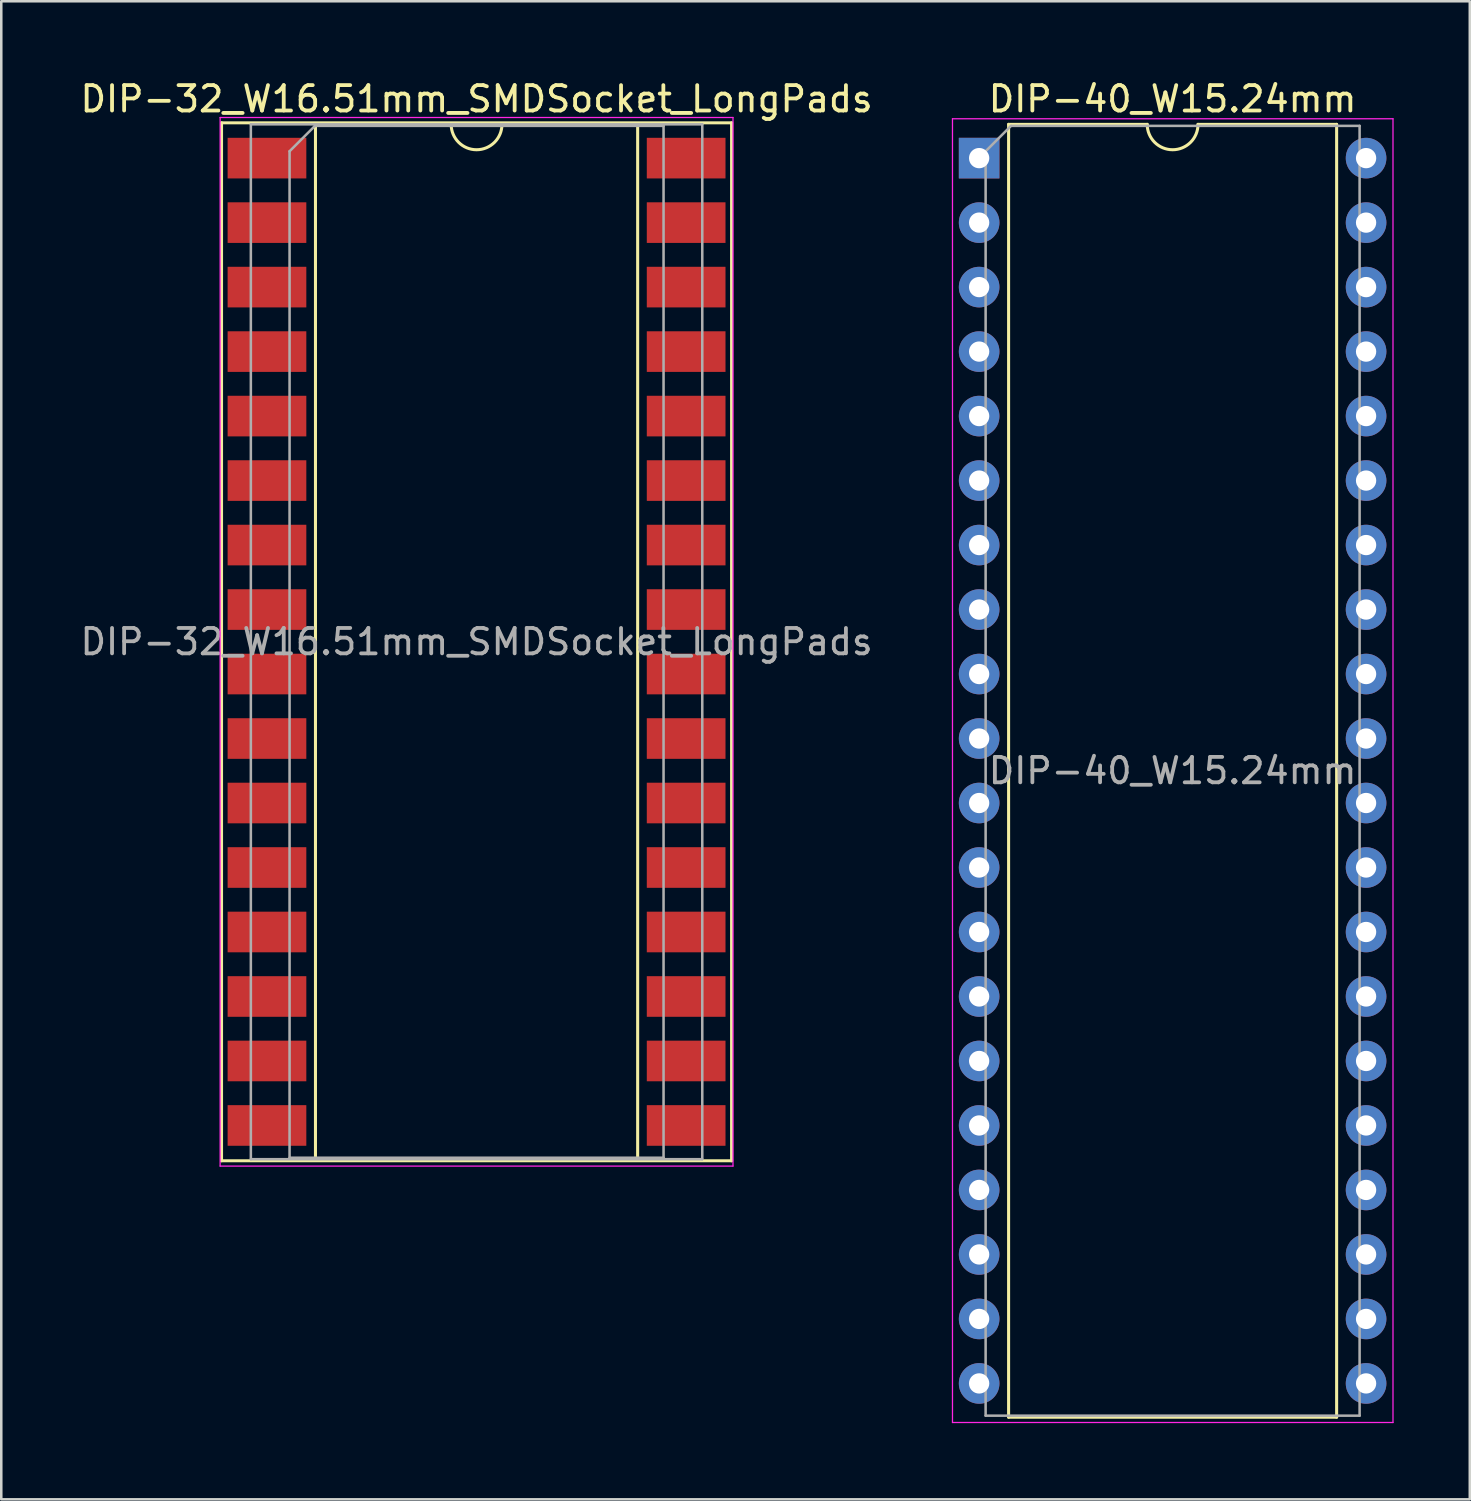
<source format=kicad_pcb>
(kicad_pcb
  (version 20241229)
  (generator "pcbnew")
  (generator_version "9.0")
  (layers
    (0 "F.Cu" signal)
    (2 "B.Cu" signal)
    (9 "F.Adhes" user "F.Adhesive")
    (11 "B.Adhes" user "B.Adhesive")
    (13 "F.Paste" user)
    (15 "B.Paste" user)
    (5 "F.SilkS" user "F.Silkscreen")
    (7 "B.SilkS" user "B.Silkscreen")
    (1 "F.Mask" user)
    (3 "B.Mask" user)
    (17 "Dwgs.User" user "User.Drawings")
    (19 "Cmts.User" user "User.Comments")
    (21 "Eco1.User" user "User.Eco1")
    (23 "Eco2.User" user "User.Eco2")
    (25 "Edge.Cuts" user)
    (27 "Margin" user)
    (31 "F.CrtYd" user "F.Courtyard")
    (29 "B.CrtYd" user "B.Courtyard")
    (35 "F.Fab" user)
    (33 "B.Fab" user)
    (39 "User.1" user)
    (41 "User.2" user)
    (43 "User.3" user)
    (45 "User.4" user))
  (footprint "DIP-32_W16.51mm_SMDSocket_LongPads"
    (layer "F.Cu")
    (at 15.72 22.228)
    (property "Reference" "DIP-32_W16.51mm_SMDSocket_LongPads" (at 0 -21.38 0) (layer "F.SilkS") (effects (font (size 1 1) (thickness 0.15))))
    (attr smd)
    (fp_line (start -10.045 -20.44) (end -10.045 20.44) (stroke (width 0.12) (type solid)) (layer "F.SilkS"))
    (fp_line (start -10.045 20.44) (end 10.045 20.44) (stroke (width 0.12) (type solid)) (layer "F.SilkS"))
    (fp_line (start -6.345 -20.38) (end -6.345 20.38) (stroke (width 0.12) (type solid)) (layer "F.SilkS"))
    (fp_line (start -6.345 20.38) (end 6.345 20.38) (stroke (width 0.12) (type solid)) (layer "F.SilkS"))
    (fp_line (start -1 -20.38) (end -6.345 -20.38) (stroke (width 0.12) (type solid)) (layer "F.SilkS"))
    (fp_line (start 6.345 -20.38) (end 1 -20.38) (stroke (width 0.12) (type solid)) (layer "F.SilkS"))
    (fp_line (start 6.345 20.38) (end 6.345 -20.38) (stroke (width 0.12) (type solid)) (layer "F.SilkS"))
    (fp_line (start 10.045 -20.44) (end -10.045 -20.44) (stroke (width 0.12) (type solid)) (layer "F.SilkS"))
    (fp_line (start 10.045 20.44) (end 10.045 -20.44) (stroke (width 0.12) (type solid)) (layer "F.SilkS"))
    (fp_arc (start 1 -20.38) (mid 0 -19.38) (end -1 -20.38) (stroke (width 0.12) (type solid)) (layer "F.SilkS"))
    (fp_line (start -10.1 -20.65) (end -10.1 20.65) (stroke (width 0.05) (type solid)) (layer "F.CrtYd"))
    (fp_line (start -10.1 20.65) (end 10.1 20.65) (stroke (width 0.05) (type solid)) (layer "F.CrtYd"))
    (fp_line (start 10.1 -20.65) (end -10.1 -20.65) (stroke (width 0.05) (type solid)) (layer "F.CrtYd"))
    (fp_line (start 10.1 20.65) (end 10.1 -20.65) (stroke (width 0.05) (type solid)) (layer "F.CrtYd"))
    (fp_line (start -8.89 -20.38) (end -8.89 20.38) (stroke (width 0.1) (type solid)) (layer "F.Fab"))
    (fp_line (start -8.89 20.38) (end 8.89 20.38) (stroke (width 0.1) (type solid)) (layer "F.Fab"))
    (fp_line (start -7.365 -19.32) (end -6.365 -20.32) (stroke (width 0.1) (type solid)) (layer "F.Fab"))
    (fp_line (start -7.365 20.32) (end -7.365 -19.32) (stroke (width 0.1) (type solid)) (layer "F.Fab"))
    (fp_line (start -6.365 -20.32) (end 7.365 -20.32) (stroke (width 0.1) (type solid)) (layer "F.Fab"))
    (fp_line (start 7.365 -20.32) (end 7.365 20.32) (stroke (width 0.1) (type solid)) (layer "F.Fab"))
    (fp_line (start 7.365 20.32) (end -7.365 20.32) (stroke (width 0.1) (type solid)) (layer "F.Fab"))
    (fp_line (start 8.89 -20.38) (end -8.89 -20.38) (stroke (width 0.1) (type solid)) (layer "F.Fab"))
    (fp_line (start 8.89 20.38) (end 8.89 -20.38) (stroke (width 0.1) (type solid)) (layer "F.Fab"))
    (fp_text user "${REFERENCE}" (at 0 0 0) (layer "F.Fab") (effects (font (size 1 1) (thickness 0.15))))
    (pad "1" smd rect (at -8.255 -19.05) (size 3.1 1.6) (layers "F.Cu" "F.Mask" "F.Paste"))
    (pad "2" smd rect (at -8.255 -16.51) (size 3.1 1.6) (layers "F.Cu" "F.Mask" "F.Paste"))
    (pad "3" smd rect (at -8.255 -13.97) (size 3.1 1.6) (layers "F.Cu" "F.Mask" "F.Paste"))
    (pad "4" smd rect (at -8.255 -11.43) (size 3.1 1.6) (layers "F.Cu" "F.Mask" "F.Paste"))
    (pad "5" smd rect (at -8.255 -8.89) (size 3.1 1.6) (layers "F.Cu" "F.Mask" "F.Paste"))
    (pad "6" smd rect (at -8.255 -6.35) (size 3.1 1.6) (layers "F.Cu" "F.Mask" "F.Paste"))
    (pad "7" smd rect (at -8.255 -3.81) (size 3.1 1.6) (layers "F.Cu" "F.Mask" "F.Paste"))
    (pad "8" smd rect (at -8.255 -1.27) (size 3.1 1.6) (layers "F.Cu" "F.Mask" "F.Paste"))
    (pad "9" smd rect (at -8.255 1.27) (size 3.1 1.6) (layers "F.Cu" "F.Mask" "F.Paste"))
    (pad "10" smd rect (at -8.255 3.81) (size 3.1 1.6) (layers "F.Cu" "F.Mask" "F.Paste"))
    (pad "11" smd rect (at -8.255 6.35) (size 3.1 1.6) (layers "F.Cu" "F.Mask" "F.Paste"))
    (pad "12" smd rect (at -8.255 8.89) (size 3.1 1.6) (layers "F.Cu" "F.Mask" "F.Paste"))
    (pad "13" smd rect (at -8.255 11.43) (size 3.1 1.6) (layers "F.Cu" "F.Mask" "F.Paste"))
    (pad "14" smd rect (at -8.255 13.97) (size 3.1 1.6) (layers "F.Cu" "F.Mask" "F.Paste"))
    (pad "15" smd rect (at -8.255 16.51) (size 3.1 1.6) (layers "F.Cu" "F.Mask" "F.Paste"))
    (pad "16" smd rect (at -8.255 19.05) (size 3.1 1.6) (layers "F.Cu" "F.Mask" "F.Paste"))
    (pad "17" smd rect (at 8.255 19.05) (size 3.1 1.6) (layers "F.Cu" "F.Mask" "F.Paste"))
    (pad "18" smd rect (at 8.255 16.51) (size 3.1 1.6) (layers "F.Cu" "F.Mask" "F.Paste"))
    (pad "19" smd rect (at 8.255 13.97) (size 3.1 1.6) (layers "F.Cu" "F.Mask" "F.Paste"))
    (pad "20" smd rect (at 8.255 11.43) (size 3.1 1.6) (layers "F.Cu" "F.Mask" "F.Paste"))
    (pad "21" smd rect (at 8.255 8.89) (size 3.1 1.6) (layers "F.Cu" "F.Mask" "F.Paste"))
    (pad "22" smd rect (at 8.255 6.35) (size 3.1 1.6) (layers "F.Cu" "F.Mask" "F.Paste"))
    (pad "23" smd rect (at 8.255 3.81) (size 3.1 1.6) (layers "F.Cu" "F.Mask" "F.Paste"))
    (pad "24" smd rect (at 8.255 1.27) (size 3.1 1.6) (layers "F.Cu" "F.Mask" "F.Paste"))
    (pad "25" smd rect (at 8.255 -1.27) (size 3.1 1.6) (layers "F.Cu" "F.Mask" "F.Paste"))
    (pad "26" smd rect (at 8.255 -3.81) (size 3.1 1.6) (layers "F.Cu" "F.Mask" "F.Paste"))
    (pad "27" smd rect (at 8.255 -6.35) (size 3.1 1.6) (layers "F.Cu" "F.Mask" "F.Paste"))
    (pad "28" smd rect (at 8.255 -8.89) (size 3.1 1.6) (layers "F.Cu" "F.Mask" "F.Paste"))
    (pad "29" smd rect (at 8.255 -11.43) (size 3.1 1.6) (layers "F.Cu" "F.Mask" "F.Paste"))
    (pad "30" smd rect (at 8.255 -13.97) (size 3.1 1.6) (layers "F.Cu" "F.Mask" "F.Paste"))
    (pad "31" smd rect (at 8.255 -16.51) (size 3.1 1.6) (layers "F.Cu" "F.Mask" "F.Paste"))
    (pad "32" smd rect (at 8.255 -19.05) (size 3.1 1.6) (layers "F.Cu" "F.Mask" "F.Paste")))
  (footprint "DIP-40_W15.24mm"
    (layer "F.Cu")
    (at 35.515 3.178)
    (property "Reference" "DIP-40_W15.24mm" (at 7.62 -2.33 0) (layer "F.SilkS") (effects (font (size 1 1) (thickness 0.15))))
    (attr through_hole)
    (fp_line (start 1.16 -1.33) (end 1.16 49.59) (stroke (width 0.12) (type solid)) (layer "F.SilkS"))
    (fp_line (start 1.16 49.59) (end 14.08 49.59) (stroke (width 0.12) (type solid)) (layer "F.SilkS"))
    (fp_line (start 6.62 -1.33) (end 1.16 -1.33) (stroke (width 0.12) (type solid)) (layer "F.SilkS"))
    (fp_line (start 14.08 -1.33) (end 8.62 -1.33) (stroke (width 0.12) (type solid)) (layer "F.SilkS"))
    (fp_line (start 14.08 49.59) (end 14.08 -1.33) (stroke (width 0.12) (type solid)) (layer "F.SilkS"))
    (fp_arc (start 8.62 -1.33) (mid 7.62 -0.33) (end 6.62 -1.33) (stroke (width 0.12) (type solid)) (layer "F.SilkS"))
    (fp_line (start -1.05 -1.55) (end -1.05 49.8) (stroke (width 0.05) (type solid)) (layer "F.CrtYd"))
    (fp_line (start -1.05 49.8) (end 16.3 49.8) (stroke (width 0.05) (type solid)) (layer "F.CrtYd"))
    (fp_line (start 16.3 -1.55) (end -1.05 -1.55) (stroke (width 0.05) (type solid)) (layer "F.CrtYd"))
    (fp_line (start 16.3 49.8) (end 16.3 -1.55) (stroke (width 0.05) (type solid)) (layer "F.CrtYd"))
    (fp_line (start 0.255 -0.27) (end 1.255 -1.27) (stroke (width 0.1) (type solid)) (layer "F.Fab"))
    (fp_line (start 0.255 49.53) (end 0.255 -0.27) (stroke (width 0.1) (type solid)) (layer "F.Fab"))
    (fp_line (start 1.255 -1.27) (end 14.985 -1.27) (stroke (width 0.1) (type solid)) (layer "F.Fab"))
    (fp_line (start 14.985 -1.27) (end 14.985 49.53) (stroke (width 0.1) (type solid)) (layer "F.Fab"))
    (fp_line (start 14.985 49.53) (end 0.255 49.53) (stroke (width 0.1) (type solid)) (layer "F.Fab"))
    (fp_text user "${REFERENCE}" (at 7.62 24.13 0) (layer "F.Fab") (effects (font (size 1 1) (thickness 0.15))))
    (pad "1" thru_hole rect (at 0 0) (size 1.6 1.6) (drill 0.8) (layers "*.Cu" "*.Mask"))
    (pad "2" thru_hole oval (at 0 2.54) (size 1.6 1.6) (drill 0.8) (layers "*.Cu" "*.Mask"))
    (pad "3" thru_hole oval (at 0 5.08) (size 1.6 1.6) (drill 0.8) (layers "*.Cu" "*.Mask"))
    (pad "4" thru_hole oval (at 0 7.62) (size 1.6 1.6) (drill 0.8) (layers "*.Cu" "*.Mask"))
    (pad "5" thru_hole oval (at 0 10.16) (size 1.6 1.6) (drill 0.8) (layers "*.Cu" "*.Mask"))
    (pad "6" thru_hole oval (at 0 12.7) (size 1.6 1.6) (drill 0.8) (layers "*.Cu" "*.Mask"))
    (pad "7" thru_hole oval (at 0 15.24) (size 1.6 1.6) (drill 0.8) (layers "*.Cu" "*.Mask"))
    (pad "8" thru_hole oval (at 0 17.78) (size 1.6 1.6) (drill 0.8) (layers "*.Cu" "*.Mask"))
    (pad "9" thru_hole oval (at 0 20.32) (size 1.6 1.6) (drill 0.8) (layers "*.Cu" "*.Mask"))
    (pad "10" thru_hole oval (at 0 22.86) (size 1.6 1.6) (drill 0.8) (layers "*.Cu" "*.Mask"))
    (pad "11" thru_hole oval (at 0 25.4) (size 1.6 1.6) (drill 0.8) (layers "*.Cu" "*.Mask"))
    (pad "12" thru_hole oval (at 0 27.94) (size 1.6 1.6) (drill 0.8) (layers "*.Cu" "*.Mask"))
    (pad "13" thru_hole oval (at 0 30.48) (size 1.6 1.6) (drill 0.8) (layers "*.Cu" "*.Mask"))
    (pad "14" thru_hole oval (at 0 33.02) (size 1.6 1.6) (drill 0.8) (layers "*.Cu" "*.Mask"))
    (pad "15" thru_hole oval (at 0 35.56) (size 1.6 1.6) (drill 0.8) (layers "*.Cu" "*.Mask"))
    (pad "16" thru_hole oval (at 0 38.1) (size 1.6 1.6) (drill 0.8) (layers "*.Cu" "*.Mask"))
    (pad "17" thru_hole oval (at 0 40.64) (size 1.6 1.6) (drill 0.8) (layers "*.Cu" "*.Mask"))
    (pad "18" thru_hole oval (at 0 43.18) (size 1.6 1.6) (drill 0.8) (layers "*.Cu" "*.Mask"))
    (pad "19" thru_hole oval (at 0 45.72) (size 1.6 1.6) (drill 0.8) (layers "*.Cu" "*.Mask"))
    (pad "20" thru_hole oval (at 0 48.26) (size 1.6 1.6) (drill 0.8) (layers "*.Cu" "*.Mask"))
    (pad "21" thru_hole oval (at 15.24 48.26) (size 1.6 1.6) (drill 0.8) (layers "*.Cu" "*.Mask"))
    (pad "22" thru_hole oval (at 15.24 45.72) (size 1.6 1.6) (drill 0.8) (layers "*.Cu" "*.Mask"))
    (pad "23" thru_hole oval (at 15.24 43.18) (size 1.6 1.6) (drill 0.8) (layers "*.Cu" "*.Mask"))
    (pad "24" thru_hole oval (at 15.24 40.64) (size 1.6 1.6) (drill 0.8) (layers "*.Cu" "*.Mask"))
    (pad "25" thru_hole oval (at 15.24 38.1) (size 1.6 1.6) (drill 0.8) (layers "*.Cu" "*.Mask"))
    (pad "26" thru_hole oval (at 15.24 35.56) (size 1.6 1.6) (drill 0.8) (layers "*.Cu" "*.Mask"))
    (pad "27" thru_hole oval (at 15.24 33.02) (size 1.6 1.6) (drill 0.8) (layers "*.Cu" "*.Mask"))
    (pad "28" thru_hole oval (at 15.24 30.48) (size 1.6 1.6) (drill 0.8) (layers "*.Cu" "*.Mask"))
    (pad "29" thru_hole oval (at 15.24 27.94) (size 1.6 1.6) (drill 0.8) (layers "*.Cu" "*.Mask"))
    (pad "30" thru_hole oval (at 15.24 25.4) (size 1.6 1.6) (drill 0.8) (layers "*.Cu" "*.Mask"))
    (pad "31" thru_hole oval (at 15.24 22.86) (size 1.6 1.6) (drill 0.8) (layers "*.Cu" "*.Mask"))
    (pad "32" thru_hole oval (at 15.24 20.32) (size 1.6 1.6) (drill 0.8) (layers "*.Cu" "*.Mask"))
    (pad "33" thru_hole oval (at 15.24 17.78) (size 1.6 1.6) (drill 0.8) (layers "*.Cu" "*.Mask"))
    (pad "34" thru_hole oval (at 15.24 15.24) (size 1.6 1.6) (drill 0.8) (layers "*.Cu" "*.Mask"))
    (pad "35" thru_hole oval (at 15.24 12.7) (size 1.6 1.6) (drill 0.8) (layers "*.Cu" "*.Mask"))
    (pad "36" thru_hole oval (at 15.24 10.16) (size 1.6 1.6) (drill 0.8) (layers "*.Cu" "*.Mask"))
    (pad "37" thru_hole oval (at 15.24 7.62) (size 1.6 1.6) (drill 0.8) (layers "*.Cu" "*.Mask"))
    (pad "38" thru_hole oval (at 15.24 5.08) (size 1.6 1.6) (drill 0.8) (layers "*.Cu" "*.Mask"))
    (pad "39" thru_hole oval (at 15.24 2.54) (size 1.6 1.6) (drill 0.8) (layers "*.Cu" "*.Mask"))
    (pad "40" thru_hole oval (at 15.24 0) (size 1.6 1.6) (drill 0.8) (layers "*.Cu" "*.Mask")))
  (gr_rect
    (start -3 -3)
    (end 54.84 56.003)
    (stroke (width 0.1) (type default))
    (fill no)
    (layer "Edge.Cuts")))
</source>
